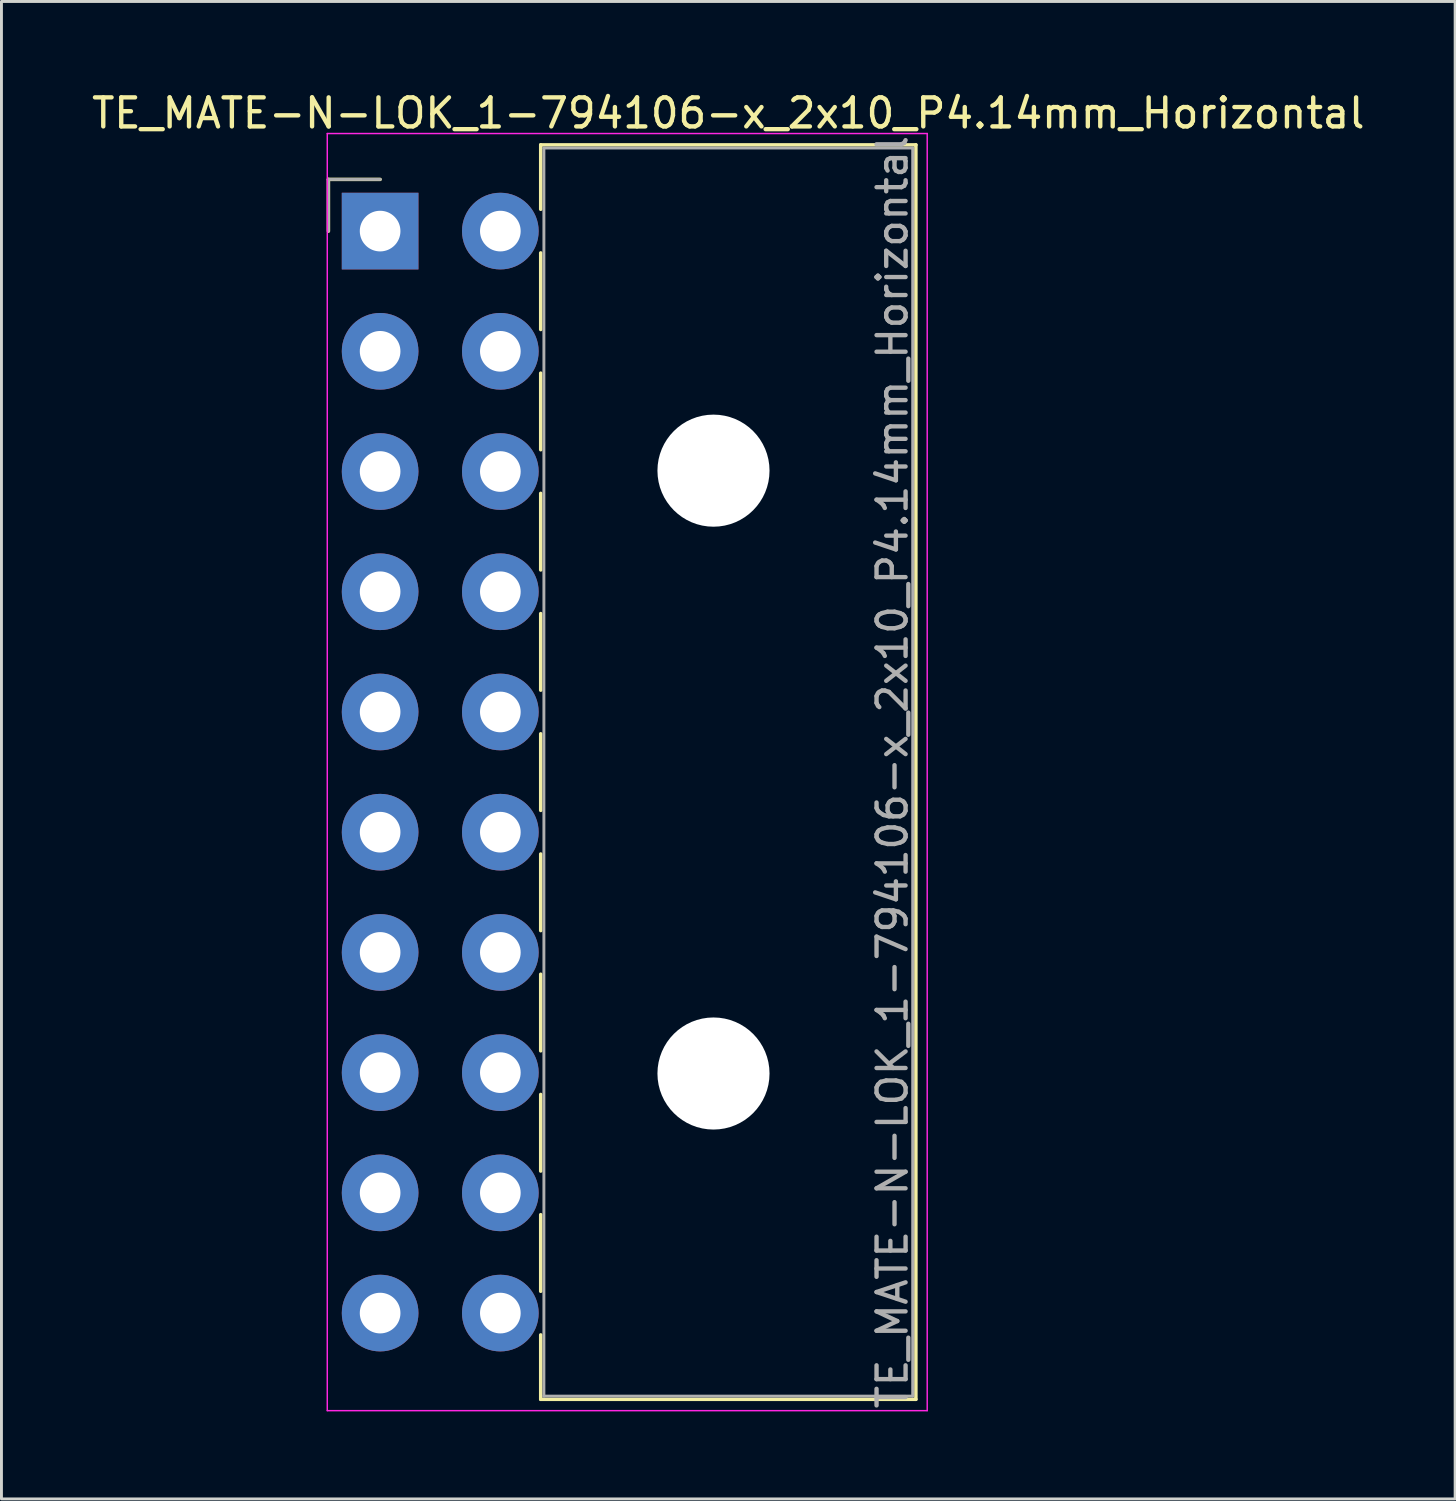
<source format=kicad_pcb>
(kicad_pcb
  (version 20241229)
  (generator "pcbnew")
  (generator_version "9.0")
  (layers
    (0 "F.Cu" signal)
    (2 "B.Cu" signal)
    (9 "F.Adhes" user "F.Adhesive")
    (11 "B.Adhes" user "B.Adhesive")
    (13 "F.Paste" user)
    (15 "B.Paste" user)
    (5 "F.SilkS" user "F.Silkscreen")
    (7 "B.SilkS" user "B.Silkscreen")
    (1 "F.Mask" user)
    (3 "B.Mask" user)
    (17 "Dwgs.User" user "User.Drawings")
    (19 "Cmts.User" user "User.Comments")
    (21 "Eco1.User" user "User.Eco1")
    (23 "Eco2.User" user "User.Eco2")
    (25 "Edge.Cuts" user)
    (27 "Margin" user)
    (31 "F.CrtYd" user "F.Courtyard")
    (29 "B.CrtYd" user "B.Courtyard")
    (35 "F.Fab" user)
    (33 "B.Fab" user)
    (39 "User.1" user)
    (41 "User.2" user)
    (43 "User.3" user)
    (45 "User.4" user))
  (footprint "TE_MATE-N-LOK_1-794106-x_2x10_P4.14mm_Horizontal"
    (layer "F.Cu")
    (at 10.04 4.908)
    (property "Reference" "TE_MATE-N-LOK_1-794106-x_2x10_P4.14mm_Horizontal" (at 11.99 -4.06 0) (layer "F.SilkS") (effects (font (size 1 1) (thickness 0.15))))
    (attr through_hole)
    (fp_line (start -1.78 -1.78) (end -1.78 0) (stroke (width 0.12) (type solid)) (layer "F.SilkS"))
    (fp_line (start 0 -1.78) (end -1.78 -1.78) (stroke (width 0.12) (type solid)) (layer "F.SilkS"))
    (fp_line (start 5.53 -2.97) (end 18.45 -2.97) (stroke (width 0.12) (type solid)) (layer "F.SilkS"))
    (fp_line (start 5.53 -0.751) (end 5.53 -2.97) (stroke (width 0.12) (type solid)) (layer "F.SilkS"))
    (fp_line (start 5.53 0.751) (end 5.53 3.389) (stroke (width 0.12) (type solid)) (layer "F.SilkS"))
    (fp_line (start 5.53 4.891) (end 5.53 7.529) (stroke (width 0.12) (type solid)) (layer "F.SilkS"))
    (fp_line (start 5.53 9.031) (end 5.53 11.669) (stroke (width 0.12) (type solid)) (layer "F.SilkS"))
    (fp_line (start 5.53 13.171) (end 5.53 15.809) (stroke (width 0.12) (type solid)) (layer "F.SilkS"))
    (fp_line (start 5.53 17.311) (end 5.53 19.949) (stroke (width 0.12) (type solid)) (layer "F.SilkS"))
    (fp_line (start 5.53 21.451) (end 5.53 24.089) (stroke (width 0.12) (type solid)) (layer "F.SilkS"))
    (fp_line (start 5.53 25.591) (end 5.53 28.229) (stroke (width 0.12) (type solid)) (layer "F.SilkS"))
    (fp_line (start 5.53 29.731) (end 5.53 32.369) (stroke (width 0.12) (type solid)) (layer "F.SilkS"))
    (fp_line (start 5.53 33.871) (end 5.53 36.509) (stroke (width 0.12) (type solid)) (layer "F.SilkS"))
    (fp_line (start 5.53 40.23) (end 5.53 38.011) (stroke (width 0.12) (type solid)) (layer "F.SilkS"))
    (fp_line (start 18.45 -2.97) (end 18.45 40.23) (stroke (width 0.12) (type solid)) (layer "F.SilkS"))
    (fp_line (start 18.45 40.23) (end 5.53 40.23) (stroke (width 0.12) (type solid)) (layer "F.SilkS"))
    (fp_line (start -1.82 -3.36) (end -1.82 40.62) (stroke (width 0.05) (type solid)) (layer "F.CrtYd"))
    (fp_line (start -1.82 40.62) (end 18.84 40.62) (stroke (width 0.05) (type solid)) (layer "F.CrtYd"))
    (fp_line (start 18.84 -3.36) (end -1.82 -3.36) (stroke (width 0.05) (type solid)) (layer "F.CrtYd"))
    (fp_line (start 18.84 40.62) (end 18.84 -3.36) (stroke (width 0.05) (type solid)) (layer "F.CrtYd"))
    (fp_line (start -1.78 -1.78) (end -1.78 0) (stroke (width 0.1) (type solid)) (layer "F.Fab"))
    (fp_line (start 0 -1.78) (end -1.78 -1.78) (stroke (width 0.1) (type solid)) (layer "F.Fab"))
    (fp_line (start 5.64 -2.86) (end 5.64 40.12) (stroke (width 0.1) (type solid)) (layer "F.Fab"))
    (fp_line (start 5.64 40.12) (end 18.34 40.12) (stroke (width 0.1) (type solid)) (layer "F.Fab"))
    (fp_line (start 18.34 -2.86) (end 5.64 -2.86) (stroke (width 0.1) (type solid)) (layer "F.Fab"))
    (fp_line (start 18.34 40.12) (end 18.34 -2.86) (stroke (width 0.1) (type solid)) (layer "F.Fab"))
    (fp_text user "${REFERENCE}" (at 17.64 18.63 90) (layer "F.Fab") (effects (font (size 1 1) (thickness 0.15))))
    (pad "" np_thru_hole circle (at 11.48 8.25) (size 3.86 3.86) (drill 3.86) (layers "*.Cu" "*.Mask"))
    (pad "" np_thru_hole circle (at 11.48 29.01) (size 3.86 3.86) (drill 3.86) (layers "*.Cu" "*.Mask"))
    (pad "1" thru_hole rect (at 0 0) (size 2.64 2.64) (drill 1.4) (layers "*.Cu" "*.Mask"))
    (pad "2" thru_hole circle (at 0 4.14) (size 2.64 2.64) (drill 1.4) (layers "*.Cu" "*.Mask"))
    (pad "3" thru_hole circle (at 0 8.28) (size 2.64 2.64) (drill 1.4) (layers "*.Cu" "*.Mask"))
    (pad "4" thru_hole circle (at 0 12.42) (size 2.64 2.64) (drill 1.4) (layers "*.Cu" "*.Mask"))
    (pad "5" thru_hole circle (at 0 16.56) (size 2.64 2.64) (drill 1.4) (layers "*.Cu" "*.Mask"))
    (pad "6" thru_hole circle (at 0 20.7) (size 2.64 2.64) (drill 1.4) (layers "*.Cu" "*.Mask"))
    (pad "7" thru_hole circle (at 0 24.84) (size 2.64 2.64) (drill 1.4) (layers "*.Cu" "*.Mask"))
    (pad "8" thru_hole circle (at 0 28.98) (size 2.64 2.64) (drill 1.4) (layers "*.Cu" "*.Mask"))
    (pad "9" thru_hole circle (at 0 33.12) (size 2.64 2.64) (drill 1.4) (layers "*.Cu" "*.Mask"))
    (pad "10" thru_hole circle (at 0 37.26) (size 2.64 2.64) (drill 1.4) (layers "*.Cu" "*.Mask"))
    (pad "11" thru_hole circle (at 4.14 0) (size 2.64 2.64) (drill 1.4) (layers "*.Cu" "*.Mask"))
    (pad "12" thru_hole circle (at 4.14 4.14) (size 2.64 2.64) (drill 1.4) (layers "*.Cu" "*.Mask"))
    (pad "13" thru_hole circle (at 4.14 8.28) (size 2.64 2.64) (drill 1.4) (layers "*.Cu" "*.Mask"))
    (pad "14" thru_hole circle (at 4.14 12.42) (size 2.64 2.64) (drill 1.4) (layers "*.Cu" "*.Mask"))
    (pad "15" thru_hole circle (at 4.14 16.56) (size 2.64 2.64) (drill 1.4) (layers "*.Cu" "*.Mask"))
    (pad "16" thru_hole circle (at 4.14 20.7) (size 2.64 2.64) (drill 1.4) (layers "*.Cu" "*.Mask"))
    (pad "17" thru_hole circle (at 4.14 24.84) (size 2.64 2.64) (drill 1.4) (layers "*.Cu" "*.Mask"))
    (pad "18" thru_hole circle (at 4.14 28.98) (size 2.64 2.64) (drill 1.4) (layers "*.Cu" "*.Mask"))
    (pad "19" thru_hole circle (at 4.14 33.12) (size 2.64 2.64) (drill 1.4) (layers "*.Cu" "*.Mask"))
    (pad "20" thru_hole circle (at 4.14 37.26) (size 2.64 2.64) (drill 1.4) (layers "*.Cu" "*.Mask")))
  (gr_rect
    (start -3 -3)
    (end 47.06 48.568)
    (stroke (width 0.1) (type default))
    (fill no)
    (layer "Edge.Cuts")))
</source>
